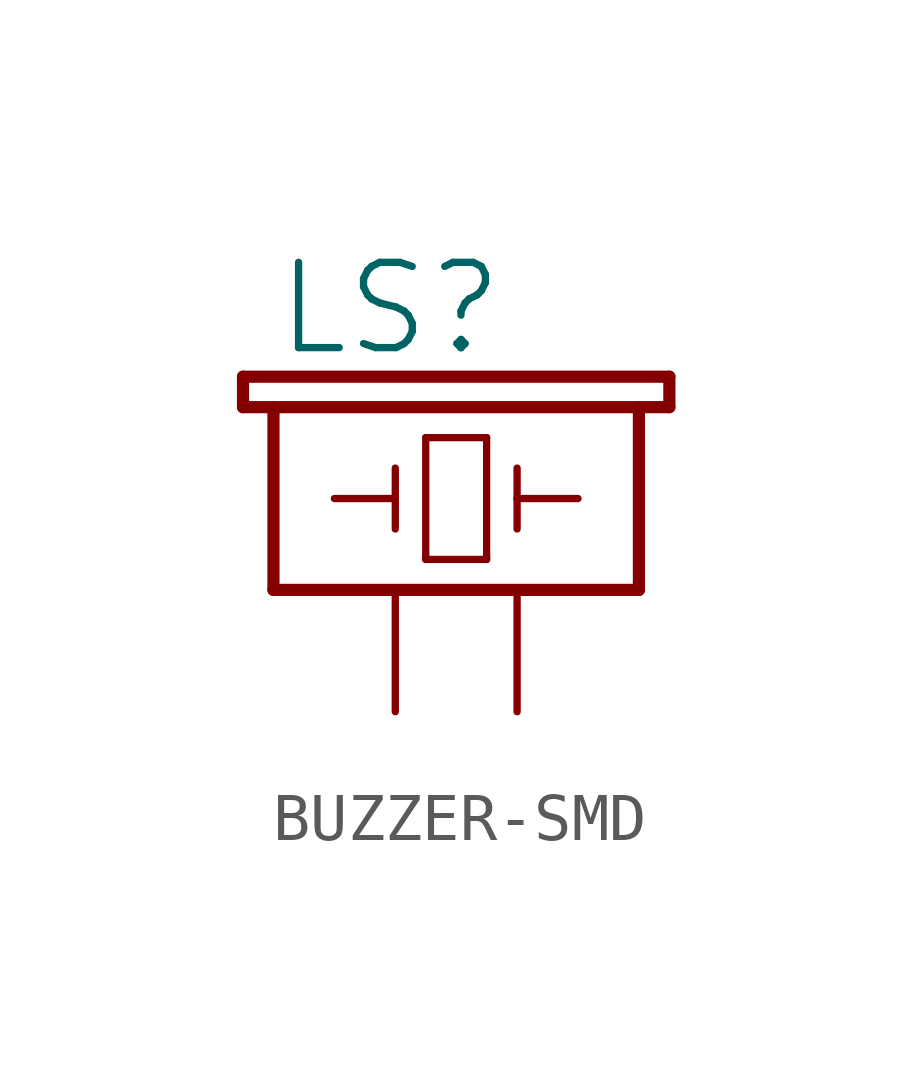
<source format=kicad_sym>
(kicad_symbol_lib
  (version 20231120)
  (generator "kicad_symbol_editor")
  (generator_version "8.0")
  (symbol "BUZZER-SMD"
    (property "Reference" "LS"
      (at -2.54 4.826 0)
      (effects (font (size 1.778 1.778)) (justify left bottom)))
    (property "Value" ""
      (at 5.334 0 0)
      (effects (font (size 1.778 1.778)) (justify left bottom)))
    (property "ki_locked" ""
      (at 0 0 0)
      (effects (font (size 1.27 1.27))))
    (symbol "BUZZER-SMD_1_0"
      (polyline (pts (xy -3.175 3.81) (xy -2.54 3.81)) (stroke (width 0.254) (type solid)) (fill (type none)))
      (polyline (pts (xy -3.175 4.445) (xy -3.175 3.81)) (stroke (width 0.254) (type solid)) (fill (type none)))
      (polyline (pts (xy -2.54 0) (xy 5.08 0)) (stroke (width 0.254) (type solid)) (fill (type none)))
      (polyline (pts (xy -2.54 3.81) (xy -2.54 0)) (stroke (width 0.254) (type solid)) (fill (type none)))
      (polyline (pts (xy -2.54 3.81) (xy 5.08 3.81)) (stroke (width 0.254) (type solid)) (fill (type none)))
      (polyline (pts (xy -1.27 1.905) (xy 0 1.905)) (stroke (width 0.152) (type solid)) (fill (type none)))
      (polyline (pts (xy 0 1.905) (xy 0 1.27)) (stroke (width 0.152) (type solid)) (fill (type none)))
      (polyline (pts (xy 0 1.905) (xy 0 2.54)) (stroke (width 0.152) (type solid)) (fill (type none)))
      (polyline (pts (xy 0.635 0.635) (xy 1.905 0.635)) (stroke (width 0.152) (type solid)) (fill (type none)))
      (polyline (pts (xy 0.635 3.175) (xy 0.635 0.635)) (stroke (width 0.152) (type solid)) (fill (type none)))
      (polyline (pts (xy 1.905 0.635) (xy 1.905 3.175)) (stroke (width 0.152) (type solid)) (fill (type none)))
      (polyline (pts (xy 1.905 3.175) (xy 0.635 3.175)) (stroke (width 0.152) (type solid)) (fill (type none)))
      (polyline (pts (xy 2.54 1.905) (xy 2.54 1.27)) (stroke (width 0.152) (type solid)) (fill (type none)))
      (polyline (pts (xy 2.54 1.905) (xy 3.81 1.905)) (stroke (width 0.152) (type solid)) (fill (type none)))
      (polyline (pts (xy 2.54 2.54) (xy 2.54 1.905)) (stroke (width 0.152) (type solid)) (fill (type none)))
      (polyline (pts (xy 5.08 0) (xy 5.08 3.81)) (stroke (width 0.254) (type solid)) (fill (type none)))
      (polyline (pts (xy 5.08 3.81) (xy 5.715 3.81)) (stroke (width 0.254) (type solid)) (fill (type none)))
      (polyline (pts (xy 5.715 3.81) (xy 5.715 4.445)) (stroke (width 0.254) (type solid)) (fill (type none)))
      (polyline (pts (xy 5.715 4.445) (xy -3.175 4.445)) (stroke (width 0.254) (type solid)) (fill (type none)))
      (pin passive line (at 0 -2.54 90) (length 2.54) (name "1" (effects (font (size 0 0)))) (number "+" (effects (font (size 0 0)))))
      (pin passive line (at 2.54 -2.54 90) (length 2.54) (name "2" (effects (font (size 0 0)))) (number "-" (effects (font (size 0 0))))))))
</source>
